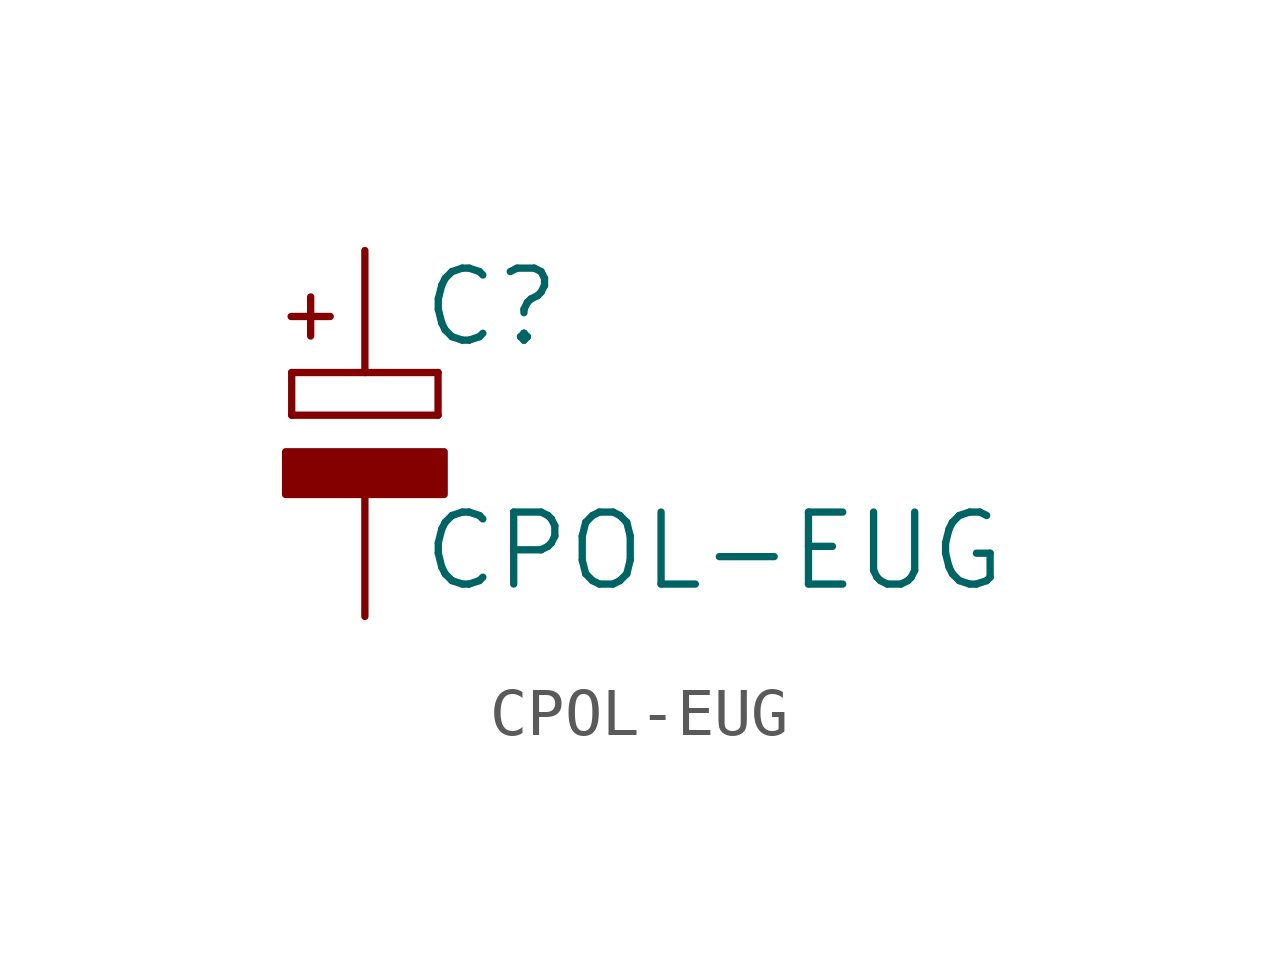
<source format=kicad_sym>
(kicad_symbol_lib
  (version 20211014)
  (generator kicad_symbol_editor)
  (symbol "CPOL-EUG"
    (pin_names
      (offset 1.016))
    (property "Reference" "C"
      (at 1.143 0.483 0)
      (effects (font (size 1.499 1.499)) (justify left bottom)))
    (property "Value" "CPOL-EUG"
      (at 1.143 -4.597 0)
      (effects (font (size 1.499 1.499)) (justify left bottom)))
    (property "ki_locked" ""
      (at 0 0 0)
      (effects (font (size 1.27 1.27))))
    (symbol "CPOL-EUG_1_0"
      (rectangle (start -1.651 -2.54) (end 1.651 -1.651) (stroke (width 0) (type default) (color 0 0 0 0)) (fill (type outline)))
      (polyline (pts (xy -1.524 -0.889) (xy 1.524 -0.889)) (stroke (width 0) (type default) (color 0 0 0 0)) (fill (type none)))
      (polyline (pts (xy -1.524 0) (xy -1.524 -0.889)) (stroke (width 0) (type default) (color 0 0 0 0)) (fill (type none)))
      (polyline (pts (xy -1.524 0) (xy 1.524 0)) (stroke (width 0) (type default) (color 0 0 0 0)) (fill (type none)))
      (polyline (pts (xy 1.524 -0.889) (xy 1.524 0)) (stroke (width 0) (type default) (color 0 0 0 0)) (fill (type none)))
      (text "+" (at -0.584 0.406 900) (effects (font (size 1.067 1.067)) (justify left bottom)))
      (pin passive line (at 0 2.54 270) (length 2.54) (name "+" (effects (font (size 0 0)))) (number "+" (effects (font (size 0 0)))))
      (pin passive line (at 0 -5.08 90) (length 2.54) (name "-" (effects (font (size 0 0)))) (number "-" (effects (font (size 0 0))))))))
</source>
